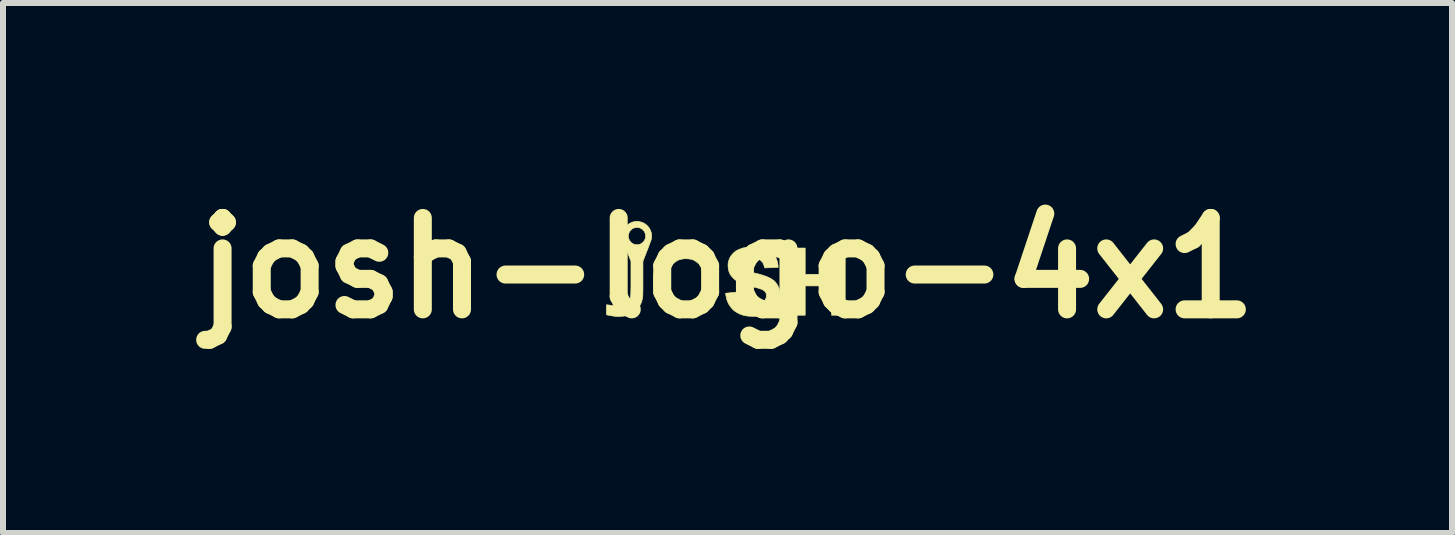
<source format=kicad_pcb>
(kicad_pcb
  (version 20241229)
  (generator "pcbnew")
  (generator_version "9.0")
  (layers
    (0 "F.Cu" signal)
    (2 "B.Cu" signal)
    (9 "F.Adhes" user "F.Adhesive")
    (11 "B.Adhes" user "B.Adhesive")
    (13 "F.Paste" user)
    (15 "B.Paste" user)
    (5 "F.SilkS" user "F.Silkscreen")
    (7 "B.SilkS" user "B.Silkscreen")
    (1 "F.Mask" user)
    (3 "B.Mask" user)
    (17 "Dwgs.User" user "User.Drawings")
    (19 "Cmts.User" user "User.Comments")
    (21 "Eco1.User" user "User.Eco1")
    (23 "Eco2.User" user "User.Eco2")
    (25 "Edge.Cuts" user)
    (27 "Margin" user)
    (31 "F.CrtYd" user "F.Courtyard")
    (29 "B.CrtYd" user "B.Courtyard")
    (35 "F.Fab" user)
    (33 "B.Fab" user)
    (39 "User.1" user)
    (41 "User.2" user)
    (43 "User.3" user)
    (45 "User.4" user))
  (footprint "josh-logo-4x1"
    (layer "F.Cu")
    (at 9.079 1.418)
    (property "Reference" "josh-logo-4x1" (at 0 0 0) (layer "F.SilkS") (effects (font (size 1.524 1.524) (thickness 0.3))))
    (attr through_hole)
    (fp_poly (pts (xy 1.295 0.105) (xy 1.734 0.105) (xy 1.734 -0.333) (xy 1.962 -0.333) (xy 1.962 0.787) (xy 1.734 0.787) (xy 1.734 0.298) (xy 1.295 0.298) (xy 1.295 0.787) (xy 1.067 0.787) (xy 1.067 -0.333) (xy 1.295 -0.333) (xy 1.295 0.105)) (stroke (width 0.01) (type solid)) (fill yes) (layer "F.SilkS"))
    (fp_poly (pts (xy -1.486 -0.776) (xy -1.468 -0.773) (xy -1.43 -0.763) (xy -1.394 -0.748) (xy -1.362 -0.727) (xy -1.334 -0.702) (xy -1.309 -0.672) (xy -1.29 -0.638) (xy -1.275 -0.6) (xy -1.272 -0.591) (xy -1.268 -0.571) (xy -1.266 -0.547) (xy -1.266 -0.522) (xy -1.268 -0.498) (xy -1.271 -0.476) (xy -1.271 -0.476) (xy -1.274 -0.469) (xy -1.278 -0.456) (xy -1.284 -0.439) (xy -1.292 -0.418) (xy -1.301 -0.393) (xy -1.312 -0.365) (xy -1.323 -0.335) (xy -1.335 -0.304) (xy -1.344 -0.282) (xy -1.41 -0.111) (xy -1.41 0.162) (xy -1.41 0.213) (xy -1.41 0.26) (xy -1.41 0.303) (xy -1.41 0.343) (xy -1.411 0.377) (xy -1.411 0.407) (xy -1.412 0.432) (xy -1.412 0.451) (xy -1.413 0.464) (xy -1.413 0.469) (xy -1.418 0.505) (xy -1.425 0.538) (xy -1.434 0.569) (xy -1.447 0.599) (xy -1.463 0.629) (xy -1.484 0.662) (xy -1.492 0.673) (xy -1.502 0.688) (xy -1.511 0.699) (xy -1.518 0.708) (xy -1.526 0.715) (xy -1.535 0.721) (xy -1.547 0.729) (xy -1.548 0.73) (xy -1.58 0.75) (xy -1.608 0.766) (xy -1.634 0.778) (xy -1.66 0.788) (xy -1.686 0.795) (xy -1.715 0.8) (xy -1.748 0.804) (xy -1.77 0.806) (xy -1.788 0.808) (xy -1.802 0.808) (xy -1.813 0.809) (xy -1.823 0.809) (xy -1.835 0.808) (xy -1.849 0.808) (xy -1.867 0.806) (xy -1.87 0.806) (xy -1.887 0.804) (xy -1.908 0.801) (xy -1.932 0.797) (xy -1.957 0.793) (xy -1.979 0.788) (xy -1.999 0.784) (xy -2.008 0.782) (xy -2.018 0.779) (xy -2.019 0.696) (xy -2.019 0.67) (xy -2.019 0.649) (xy -2.019 0.634) (xy -2.018 0.623) (xy -2.017 0.617) (xy -2.016 0.613) (xy -2.015 0.613) (xy -2.011 0.613) (xy -2.001 0.614) (xy -1.988 0.616) (xy -1.973 0.618) (xy -1.968 0.619) (xy -1.932 0.624) (xy -1.895 0.627) (xy -1.86 0.629) (xy -1.826 0.63) (xy -1.796 0.629) (xy -1.769 0.627) (xy -1.747 0.623) (xy -1.743 0.622) (xy -1.71 0.612) (xy -1.683 0.598) (xy -1.661 0.581) (xy -1.643 0.56) (xy -1.631 0.535) (xy -1.622 0.507) (xy -1.62 0.496) (xy -1.618 0.485) (xy -1.616 0.473) (xy -1.615 0.459) (xy -1.614 0.443) (xy -1.613 0.425) (xy -1.612 0.403) (xy -1.611 0.379) (xy -1.611 0.35) (xy -1.61 0.318) (xy -1.61 0.281) (xy -1.61 0.238) (xy -1.61 0.19) (xy -1.61 0.144) (xy -1.61 -0.111) (xy -1.675 -0.28) (xy -1.688 -0.312) (xy -1.699 -0.343) (xy -1.71 -0.372) (xy -1.72 -0.398) (xy -1.729 -0.422) (xy -1.737 -0.442) (xy -1.742 -0.458) (xy -1.746 -0.469) (xy -1.747 -0.473) (xy -1.752 -0.496) (xy -1.754 -0.523) (xy -1.753 -0.538) (xy -1.654 -0.538) (xy -1.652 -0.51) (xy -1.645 -0.483) (xy -1.634 -0.459) (xy -1.617 -0.436) (xy -1.597 -0.417) (xy -1.572 -0.402) (xy -1.548 -0.393) (xy -1.519 -0.388) (xy -1.489 -0.389) (xy -1.476 -0.392) (xy -1.449 -0.401) (xy -1.424 -0.416) (xy -1.403 -0.435) (xy -1.387 -0.457) (xy -1.374 -0.483) (xy -1.367 -0.51) (xy -1.366 -0.538) (xy -1.366 -0.54) (xy -1.371 -0.57) (xy -1.381 -0.597) (xy -1.396 -0.62) (xy -1.415 -0.64) (xy -1.437 -0.656) (xy -1.461 -0.668) (xy -1.488 -0.674) (xy -1.516 -0.676) (xy -1.544 -0.672) (xy -1.573 -0.662) (xy -1.578 -0.66) (xy -1.595 -0.648) (xy -1.612 -0.632) (xy -1.628 -0.614) (xy -1.639 -0.594) (xy -1.649 -0.566) (xy -1.654 -0.538) (xy -1.753 -0.538) (xy -1.753 -0.55) (xy -1.751 -0.575) (xy -1.747 -0.593) (xy -1.733 -0.631) (xy -1.714 -0.666) (xy -1.691 -0.696) (xy -1.663 -0.723) (xy -1.631 -0.744) (xy -1.597 -0.761) (xy -1.559 -0.772) (xy -1.551 -0.773) (xy -1.528 -0.777) (xy -1.507 -0.778) (xy -1.486 -0.776)) (stroke (width 0.01) (type solid)) (fill yes) (layer "F.SilkS"))
    (fp_poly (pts (xy -0.66 -0.35) (xy -0.615 -0.346) (xy -0.571 -0.34) (xy -0.529 -0.331) (xy -0.491 -0.321) (xy -0.457 -0.308) (xy -0.446 -0.302) (xy -0.43 -0.293) (xy -0.41 -0.281) (xy -0.388 -0.266) (xy -0.365 -0.25) (xy -0.342 -0.233) (xy -0.335 -0.228) (xy -0.319 -0.215) (xy -0.307 -0.204) (xy -0.296 -0.193) (xy -0.286 -0.181) (xy -0.274 -0.164) (xy -0.273 -0.164) (xy -0.244 -0.12) (xy -0.219 -0.08) (xy -0.2 -0.043) (xy -0.185 -0.009) (xy -0.183 -0.002) (xy -0.173 0.033) (xy -0.165 0.072) (xy -0.159 0.115) (xy -0.154 0.16) (xy -0.152 0.206) (xy -0.152 0.252) (xy -0.154 0.296) (xy -0.155 0.313) (xy -0.16 0.356) (xy -0.167 0.394) (xy -0.174 0.428) (xy -0.184 0.46) (xy -0.196 0.491) (xy -0.212 0.521) (xy -0.23 0.553) (xy -0.247 0.579) (xy -0.262 0.602) (xy -0.274 0.62) (xy -0.285 0.635) (xy -0.295 0.647) (xy -0.306 0.657) (xy -0.317 0.668) (xy -0.33 0.678) (xy -0.337 0.684) (xy -0.378 0.714) (xy -0.416 0.739) (xy -0.451 0.759) (xy -0.484 0.773) (xy -0.507 0.781) (xy -0.528 0.786) (xy -0.554 0.791) (xy -0.582 0.795) (xy -0.611 0.799) (xy -0.639 0.803) (xy -0.666 0.805) (xy -0.689 0.806) (xy -0.7 0.806) (xy -0.709 0.806) (xy -0.723 0.805) (xy -0.74 0.803) (xy -0.757 0.802) (xy -0.758 0.802) (xy -0.801 0.797) (xy -0.838 0.79) (xy -0.871 0.783) (xy -0.902 0.773) (xy -0.931 0.761) (xy -0.96 0.746) (xy -0.989 0.729) (xy -0.994 0.725) (xy -1.028 0.702) (xy -1.058 0.679) (xy -1.082 0.657) (xy -1.101 0.638) (xy -1.108 0.629) (xy -1.135 0.592) (xy -1.157 0.557) (xy -1.176 0.524) (xy -1.192 0.492) (xy -1.204 0.46) (xy -1.214 0.427) (xy -1.222 0.391) (xy -1.228 0.351) (xy -1.233 0.307) (xy -1.235 0.279) (xy -1.237 0.239) (xy -1.237 0.22) (xy -1.001 0.22) (xy -1 0.263) (xy -0.998 0.3) (xy -0.994 0.333) (xy -0.988 0.364) (xy -0.979 0.392) (xy -0.968 0.419) (xy -0.955 0.447) (xy -0.938 0.476) (xy -0.937 0.477) (xy -0.924 0.497) (xy -0.912 0.513) (xy -0.9 0.526) (xy -0.895 0.531) (xy -0.87 0.551) (xy -0.848 0.568) (xy -0.826 0.58) (xy -0.803 0.59) (xy -0.778 0.598) (xy -0.75 0.603) (xy -0.722 0.607) (xy -0.702 0.609) (xy -0.679 0.608) (xy -0.652 0.605) (xy -0.648 0.605) (xy -0.617 0.6) (xy -0.59 0.593) (xy -0.566 0.583) (xy -0.543 0.57) (xy -0.519 0.554) (xy -0.494 0.532) (xy -0.493 0.532) (xy -0.476 0.514) (xy -0.459 0.491) (xy -0.443 0.464) (xy -0.427 0.436) (xy -0.414 0.406) (xy -0.404 0.377) (xy -0.402 0.368) (xy -0.396 0.34) (xy -0.392 0.306) (xy -0.389 0.27) (xy -0.388 0.231) (xy -0.388 0.192) (xy -0.39 0.153) (xy -0.391 0.148) (xy -0.395 0.112) (xy -0.402 0.08) (xy -0.411 0.049) (xy -0.424 0.019) (xy -0.441 -0.013) (xy -0.448 -0.026) (xy -0.458 -0.042) (xy -0.466 -0.054) (xy -0.474 -0.064) (xy -0.482 -0.073) (xy -0.493 -0.082) (xy -0.501 -0.089) (xy -0.529 -0.11) (xy -0.556 -0.126) (xy -0.583 -0.139) (xy -0.601 -0.144) (xy -0.639 -0.151) (xy -0.679 -0.154) (xy -0.72 -0.154) (xy -0.759 -0.149) (xy -0.796 -0.14) (xy -0.8 -0.139) (xy -0.829 -0.127) (xy -0.858 -0.11) (xy -0.885 -0.089) (xy -0.91 -0.066) (xy -0.929 -0.041) (xy -0.933 -0.036) (xy -0.952 -0.004) (xy -0.967 0.025) (xy -0.978 0.053) (xy -0.987 0.083) (xy -0.994 0.113) (xy -0.998 0.147) (xy -1 0.185) (xy -1.001 0.22) (xy -1.237 0.22) (xy -1.236 0.197) (xy -1.234 0.155) (xy -1.23 0.114) (xy -1.224 0.076) (xy -1.217 0.043) (xy -1.201 -0.011) (xy -1.182 -0.06) (xy -1.159 -0.104) (xy -1.132 -0.146) (xy -1.101 -0.185) (xy -1.08 -0.208) (xy -1.042 -0.243) (xy -1.001 -0.272) (xy -0.957 -0.297) (xy -0.91 -0.318) (xy -0.858 -0.334) (xy -0.834 -0.339) (xy -0.794 -0.346) (xy -0.751 -0.35) (xy -0.706 -0.351) (xy -0.66 -0.35)) (stroke (width 0.01) (type solid)) (fill yes) (layer "F.SilkS"))
    (fp_poly (pts (xy 0.455 -0.351) (xy 0.487 -0.349) (xy 0.522 -0.346) (xy 0.554 -0.341) (xy 0.583 -0.335) (xy 0.61 -0.326) (xy 0.638 -0.314) (xy 0.668 -0.299) (xy 0.701 -0.28) (xy 0.701 -0.28) (xy 0.718 -0.269) (xy 0.733 -0.258) (xy 0.747 -0.244) (xy 0.755 -0.235) (xy 0.777 -0.21) (xy 0.794 -0.188) (xy 0.807 -0.167) (xy 0.817 -0.146) (xy 0.825 -0.124) (xy 0.829 -0.114) (xy 0.832 -0.1) (xy 0.835 -0.084) (xy 0.839 -0.066) (xy 0.841 -0.048) (xy 0.843 -0.032) (xy 0.844 -0.02) (xy 0.844 -0.019) (xy 0.845 -0.011) (xy 0.734 -0.006) (xy 0.708 -0.005) (xy 0.684 -0.004) (xy 0.663 -0.003) (xy 0.646 -0.003) (xy 0.632 -0.002) (xy 0.624 -0.002) (xy 0.621 -0.002) (xy 0.619 -0.004) (xy 0.616 -0.012) (xy 0.613 -0.023) (xy 0.611 -0.029) (xy 0.606 -0.047) (xy 0.601 -0.062) (xy 0.596 -0.074) (xy 0.588 -0.086) (xy 0.58 -0.098) (xy 0.566 -0.114) (xy 0.552 -0.127) (xy 0.535 -0.137) (xy 0.516 -0.146) (xy 0.497 -0.153) (xy 0.478 -0.157) (xy 0.457 -0.16) (xy 0.432 -0.161) (xy 0.403 -0.161) (xy 0.398 -0.161) (xy 0.373 -0.16) (xy 0.353 -0.158) (xy 0.335 -0.155) (xy 0.319 -0.15) (xy 0.301 -0.143) (xy 0.288 -0.137) (xy 0.264 -0.123) (xy 0.246 -0.108) (xy 0.234 -0.09) (xy 0.227 -0.071) (xy 0.227 -0.049) (xy 0.229 -0.037) (xy 0.235 -0.018) (xy 0.245 -0.003) (xy 0.261 0.011) (xy 0.276 0.021) (xy 0.292 0.03) (xy 0.308 0.038) (xy 0.325 0.045) (xy 0.343 0.052) (xy 0.363 0.059) (xy 0.386 0.066) (xy 0.413 0.074) (xy 0.445 0.082) (xy 0.481 0.091) (xy 0.487 0.092) (xy 0.548 0.108) (xy 0.602 0.125) (xy 0.651 0.142) (xy 0.693 0.161) (xy 0.73 0.181) (xy 0.761 0.202) (xy 0.772 0.21) (xy 0.794 0.231) (xy 0.814 0.256) (xy 0.833 0.285) (xy 0.849 0.315) (xy 0.861 0.345) (xy 0.867 0.364) (xy 0.873 0.397) (xy 0.876 0.434) (xy 0.876 0.472) (xy 0.873 0.509) (xy 0.867 0.544) (xy 0.867 0.545) (xy 0.857 0.574) (xy 0.843 0.605) (xy 0.825 0.636) (xy 0.805 0.665) (xy 0.783 0.691) (xy 0.761 0.713) (xy 0.75 0.722) (xy 0.719 0.742) (xy 0.682 0.76) (xy 0.642 0.775) (xy 0.6 0.788) (xy 0.556 0.798) (xy 0.516 0.803) (xy 0.493 0.805) (xy 0.466 0.806) (xy 0.437 0.806) (xy 0.406 0.806) (xy 0.377 0.804) (xy 0.353 0.803) (xy 0.31 0.798) (xy 0.27 0.79) (xy 0.232 0.778) (xy 0.195 0.763) (xy 0.181 0.755) (xy 0.153 0.74) (xy 0.131 0.727) (xy 0.112 0.713) (xy 0.096 0.699) (xy 0.081 0.684) (xy 0.077 0.679) (xy 0.052 0.649) (xy 0.032 0.621) (xy 0.015 0.593) (xy 0.002 0.564) (xy -0.01 0.533) (xy -0.019 0.498) (xy -0.026 0.463) (xy -0.03 0.444) (xy -0.031 0.431) (xy -0.032 0.423) (xy -0.031 0.421) (xy -0.027 0.42) (xy -0.017 0.419) (xy -0.003 0.418) (xy 0.014 0.416) (xy 0.034 0.414) (xy 0.056 0.412) (xy 0.078 0.409) (xy 0.101 0.407) (xy 0.123 0.405) (xy 0.142 0.403) (xy 0.159 0.402) (xy 0.172 0.401) (xy 0.18 0.4) (xy 0.183 0.4) (xy 0.187 0.401) (xy 0.189 0.405) (xy 0.192 0.414) (xy 0.193 0.42) (xy 0.203 0.457) (xy 0.216 0.489) (xy 0.234 0.519) (xy 0.251 0.542) (xy 0.264 0.555) (xy 0.278 0.567) (xy 0.294 0.578) (xy 0.314 0.589) (xy 0.318 0.591) (xy 0.333 0.598) (xy 0.347 0.603) (xy 0.363 0.607) (xy 0.381 0.609) (xy 0.403 0.61) (xy 0.429 0.611) (xy 0.437 0.611) (xy 0.463 0.611) (xy 0.484 0.61) (xy 0.501 0.608) (xy 0.516 0.605) (xy 0.53 0.6) (xy 0.545 0.594) (xy 0.557 0.589) (xy 0.576 0.578) (xy 0.591 0.569) (xy 0.603 0.56) (xy 0.614 0.549) (xy 0.619 0.542) (xy 0.631 0.526) (xy 0.639 0.509) (xy 0.644 0.491) (xy 0.646 0.469) (xy 0.646 0.459) (xy 0.646 0.444) (xy 0.645 0.433) (xy 0.644 0.425) (xy 0.641 0.418) (xy 0.637 0.41) (xy 0.624 0.393) (xy 0.606 0.377) (xy 0.583 0.363) (xy 0.575 0.359) (xy 0.562 0.353) (xy 0.544 0.347) (xy 0.521 0.339) (xy 0.492 0.331) (xy 0.458 0.322) (xy 0.418 0.311) (xy 0.378 0.3) (xy 0.341 0.291) (xy 0.309 0.282) (xy 0.282 0.274) (xy 0.258 0.266) (xy 0.237 0.258) (xy 0.217 0.249) (xy 0.198 0.24) (xy 0.179 0.229) (xy 0.158 0.217) (xy 0.148 0.21) (xy 0.131 0.2) (xy 0.118 0.19) (xy 0.107 0.181) (xy 0.096 0.17) (xy 0.084 0.157) (xy 0.083 0.156) (xy 0.062 0.131) (xy 0.046 0.107) (xy 0.033 0.084) (xy 0.024 0.06) (xy 0.017 0.033) (xy 0.012 0.002) (xy 0.011 -0.002) (xy 0.008 -0.043) (xy 0.01 -0.082) (xy 0.019 -0.12) (xy 0.033 -0.157) (xy 0.038 -0.168) (xy 0.047 -0.185) (xy 0.056 -0.2) (xy 0.067 -0.214) (xy 0.08 -0.229) (xy 0.094 -0.245) (xy 0.121 -0.27) (xy 0.151 -0.291) (xy 0.186 -0.308) (xy 0.225 -0.323) (xy 0.232 -0.326) (xy 0.267 -0.336) (xy 0.302 -0.343) (xy 0.337 -0.349) (xy 0.373 -0.352) (xy 0.412 -0.352) (xy 0.455 -0.351)) (stroke (width 0.01) (type solid)) (fill yes) (layer "F.SilkS")))
  (gr_rect
    (start -3 -3)
    (end 21.157 5.836)
    (stroke (width 0.1) (type default))
    (fill no)
    (layer "Edge.Cuts")))
</source>
